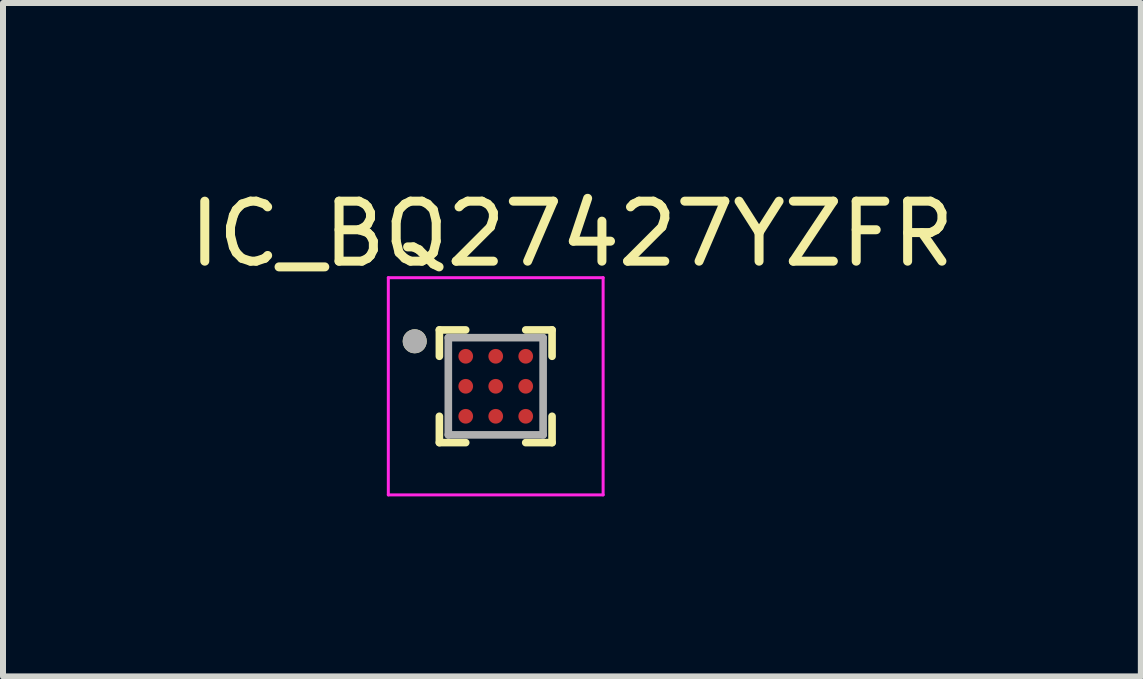
<source format=kicad_pcb>
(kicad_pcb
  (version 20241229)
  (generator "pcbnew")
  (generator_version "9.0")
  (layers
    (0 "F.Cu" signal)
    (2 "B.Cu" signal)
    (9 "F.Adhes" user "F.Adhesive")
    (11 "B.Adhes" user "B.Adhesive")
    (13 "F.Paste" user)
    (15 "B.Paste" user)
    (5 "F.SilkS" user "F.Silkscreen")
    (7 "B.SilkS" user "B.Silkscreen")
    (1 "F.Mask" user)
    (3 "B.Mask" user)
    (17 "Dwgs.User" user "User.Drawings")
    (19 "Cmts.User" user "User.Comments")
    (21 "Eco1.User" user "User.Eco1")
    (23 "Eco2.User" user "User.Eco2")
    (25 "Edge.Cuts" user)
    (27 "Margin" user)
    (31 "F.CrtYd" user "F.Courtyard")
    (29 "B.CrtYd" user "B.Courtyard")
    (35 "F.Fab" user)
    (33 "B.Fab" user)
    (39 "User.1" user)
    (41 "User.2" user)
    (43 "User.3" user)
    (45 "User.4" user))
  (footprint "IC_BQ27427YZFR"
    (layer "F.Cu")
    (at 5.212 3.388)
    (property "Reference" "IC_BQ27427YZFR" (at 1.27 -2.54 0) (layer "F.SilkS") (effects (font (size 1 1) (thickness 0.15))))
    (attr smd)
    (fp_circle (center -0.5 -0.5) (end -0.414 -0.5) (stroke (width 0.172) (type solid)) (fill no) (layer "F.Mask"))
    (fp_circle (center -0.5 0) (end -0.414 0) (stroke (width 0.172) (type solid)) (fill no) (layer "F.Mask"))
    (fp_circle (center -0.5 0.5) (end -0.414 0.5) (stroke (width 0.172) (type solid)) (fill no) (layer "F.Mask"))
    (fp_circle (center 0 -0.5) (end 0.086 -0.5) (stroke (width 0.172) (type solid)) (fill no) (layer "F.Mask"))
    (fp_circle (center 0 0) (end 0.086 0) (stroke (width 0.172) (type solid)) (fill no) (layer "F.Mask"))
    (fp_circle (center 0 0.5) (end 0.086 0.5) (stroke (width 0.172) (type solid)) (fill no) (layer "F.Mask"))
    (fp_circle (center 0.5 -0.5) (end 0.586 -0.5) (stroke (width 0.172) (type solid)) (fill no) (layer "F.Mask"))
    (fp_circle (center 0.5 0) (end 0.586 0) (stroke (width 0.172) (type solid)) (fill no) (layer "F.Mask"))
    (fp_circle (center 0.5 0.5) (end 0.586 0.5) (stroke (width 0.172) (type solid)) (fill no) (layer "F.Mask"))
    (fp_line (start -0.939 -0.939) (end -0.939 -0.5) (stroke (width 0.127) (type solid)) (layer "F.SilkS"))
    (fp_line (start -0.939 0.5) (end -0.939 0.939) (stroke (width 0.127) (type solid)) (layer "F.SilkS"))
    (fp_line (start -0.939 0.939) (end -0.5 0.939) (stroke (width 0.127) (type solid)) (layer "F.SilkS"))
    (fp_line (start -0.5 -0.939) (end -0.939 -0.939) (stroke (width 0.127) (type solid)) (layer "F.SilkS"))
    (fp_line (start 0.5 -0.939) (end 0.939 -0.939) (stroke (width 0.127) (type solid)) (layer "F.SilkS"))
    (fp_line (start 0.5 0.939) (end 0.939 0.939) (stroke (width 0.127) (type solid)) (layer "F.SilkS"))
    (fp_line (start 0.939 -0.939) (end 0.939 -0.5) (stroke (width 0.127) (type solid)) (layer "F.SilkS"))
    (fp_line (start 0.939 0.939) (end 0.939 0.5) (stroke (width 0.127) (type solid)) (layer "F.SilkS"))
    (fp_circle (center -1.35 -0.75) (end -1.25 -0.75) (stroke (width 0.2) (type solid)) (fill no) (layer "F.SilkS"))
    (fp_poly (pts (xy -0.375 -0.575) (xy -0.375 -0.425) (xy -0.375 -0.422) (xy -0.375 -0.42) (xy -0.376 -0.417) (xy -0.376 -0.415) (xy -0.377 -0.412) (xy -0.377 -0.41) (xy -0.378 -0.407) (xy -0.379 -0.405) (xy -0.38 -0.402) (xy -0.382 -0.4) (xy -0.383 -0.398) (xy -0.385 -0.396) (xy -0.386 -0.394) (xy -0.388 -0.392) (xy -0.39 -0.39) (xy -0.392 -0.388) (xy -0.394 -0.386) (xy -0.396 -0.385) (xy -0.398 -0.383) (xy -0.4 -0.382) (xy -0.402 -0.38) (xy -0.405 -0.379) (xy -0.407 -0.378) (xy -0.41 -0.377) (xy -0.412 -0.377) (xy -0.415 -0.376) (xy -0.417 -0.376) (xy -0.42 -0.375) (xy -0.422 -0.375) (xy -0.425 -0.375) (xy -0.575 -0.375) (xy -0.578 -0.375) (xy -0.58 -0.375) (xy -0.583 -0.376) (xy -0.585 -0.376) (xy -0.588 -0.377) (xy -0.59 -0.377) (xy -0.593 -0.378) (xy -0.595 -0.379) (xy -0.598 -0.38) (xy -0.6 -0.382) (xy -0.602 -0.383) (xy -0.604 -0.385) (xy -0.606 -0.386) (xy -0.608 -0.388) (xy -0.61 -0.39) (xy -0.612 -0.392) (xy -0.614 -0.394) (xy -0.615 -0.396) (xy -0.617 -0.398) (xy -0.618 -0.4) (xy -0.62 -0.402) (xy -0.621 -0.405) (xy -0.622 -0.407) (xy -0.623 -0.41) (xy -0.623 -0.412) (xy -0.624 -0.415) (xy -0.624 -0.417) (xy -0.625 -0.42) (xy -0.625 -0.422) (xy -0.625 -0.425) (xy -0.625 -0.575) (xy -0.625 -0.578) (xy -0.625 -0.58) (xy -0.624 -0.583) (xy -0.624 -0.585) (xy -0.623 -0.588) (xy -0.623 -0.59) (xy -0.622 -0.593) (xy -0.621 -0.595) (xy -0.62 -0.598) (xy -0.618 -0.6) (xy -0.617 -0.602) (xy -0.615 -0.604) (xy -0.614 -0.606) (xy -0.612 -0.608) (xy -0.61 -0.61) (xy -0.608 -0.612) (xy -0.606 -0.614) (xy -0.604 -0.615) (xy -0.602 -0.617) (xy -0.6 -0.618) (xy -0.598 -0.62) (xy -0.595 -0.621) (xy -0.593 -0.622) (xy -0.59 -0.623) (xy -0.588 -0.623) (xy -0.585 -0.624) (xy -0.583 -0.624) (xy -0.58 -0.625) (xy -0.578 -0.625) (xy -0.575 -0.625) (xy -0.425 -0.625) (xy -0.422 -0.625) (xy -0.42 -0.625) (xy -0.417 -0.624) (xy -0.415 -0.624) (xy -0.412 -0.623) (xy -0.41 -0.623) (xy -0.407 -0.622) (xy -0.405 -0.621) (xy -0.402 -0.62) (xy -0.4 -0.618) (xy -0.398 -0.617) (xy -0.396 -0.615) (xy -0.394 -0.614) (xy -0.392 -0.612) (xy -0.39 -0.61) (xy -0.388 -0.608) (xy -0.386 -0.606) (xy -0.385 -0.604) (xy -0.383 -0.602) (xy -0.382 -0.6) (xy -0.38 -0.598) (xy -0.379 -0.595) (xy -0.378 -0.593) (xy -0.377 -0.59) (xy -0.377 -0.588) (xy -0.376 -0.585) (xy -0.376 -0.583) (xy -0.375 -0.58) (xy -0.375 -0.578) (xy -0.375 -0.575)) (stroke (width 0.01) (type solid)) (fill yes) (layer "F.Paste"))
    (fp_poly (pts (xy -0.375 -0.075) (xy -0.375 0.075) (xy -0.375 0.078) (xy -0.375 0.08) (xy -0.376 0.083) (xy -0.376 0.085) (xy -0.377 0.088) (xy -0.377 0.09) (xy -0.378 0.093) (xy -0.379 0.095) (xy -0.38 0.098) (xy -0.382 0.1) (xy -0.383 0.102) (xy -0.385 0.104) (xy -0.386 0.106) (xy -0.388 0.108) (xy -0.39 0.11) (xy -0.392 0.112) (xy -0.394 0.114) (xy -0.396 0.115) (xy -0.398 0.117) (xy -0.4 0.118) (xy -0.402 0.12) (xy -0.405 0.121) (xy -0.407 0.122) (xy -0.41 0.123) (xy -0.412 0.123) (xy -0.415 0.124) (xy -0.417 0.124) (xy -0.42 0.125) (xy -0.422 0.125) (xy -0.425 0.125) (xy -0.575 0.125) (xy -0.578 0.125) (xy -0.58 0.125) (xy -0.583 0.124) (xy -0.585 0.124) (xy -0.588 0.123) (xy -0.59 0.123) (xy -0.593 0.122) (xy -0.595 0.121) (xy -0.598 0.12) (xy -0.6 0.118) (xy -0.602 0.117) (xy -0.604 0.115) (xy -0.606 0.114) (xy -0.608 0.112) (xy -0.61 0.11) (xy -0.612 0.108) (xy -0.614 0.106) (xy -0.615 0.104) (xy -0.617 0.102) (xy -0.618 0.1) (xy -0.62 0.098) (xy -0.621 0.095) (xy -0.622 0.093) (xy -0.623 0.09) (xy -0.623 0.088) (xy -0.624 0.085) (xy -0.624 0.083) (xy -0.625 0.08) (xy -0.625 0.078) (xy -0.625 0.075) (xy -0.625 -0.075) (xy -0.625 -0.078) (xy -0.625 -0.08) (xy -0.624 -0.083) (xy -0.624 -0.085) (xy -0.623 -0.088) (xy -0.623 -0.09) (xy -0.622 -0.093) (xy -0.621 -0.095) (xy -0.62 -0.098) (xy -0.618 -0.1) (xy -0.617 -0.102) (xy -0.615 -0.104) (xy -0.614 -0.106) (xy -0.612 -0.108) (xy -0.61 -0.11) (xy -0.608 -0.112) (xy -0.606 -0.114) (xy -0.604 -0.115) (xy -0.602 -0.117) (xy -0.6 -0.118) (xy -0.598 -0.12) (xy -0.595 -0.121) (xy -0.593 -0.122) (xy -0.59 -0.123) (xy -0.588 -0.123) (xy -0.585 -0.124) (xy -0.583 -0.124) (xy -0.58 -0.125) (xy -0.578 -0.125) (xy -0.575 -0.125) (xy -0.425 -0.125) (xy -0.422 -0.125) (xy -0.42 -0.125) (xy -0.417 -0.124) (xy -0.415 -0.124) (xy -0.412 -0.123) (xy -0.41 -0.123) (xy -0.407 -0.122) (xy -0.405 -0.121) (xy -0.402 -0.12) (xy -0.4 -0.118) (xy -0.398 -0.117) (xy -0.396 -0.115) (xy -0.394 -0.114) (xy -0.392 -0.112) (xy -0.39 -0.11) (xy -0.388 -0.108) (xy -0.386 -0.106) (xy -0.385 -0.104) (xy -0.383 -0.102) (xy -0.382 -0.1) (xy -0.38 -0.098) (xy -0.379 -0.095) (xy -0.378 -0.093) (xy -0.377 -0.09) (xy -0.377 -0.088) (xy -0.376 -0.085) (xy -0.376 -0.083) (xy -0.375 -0.08) (xy -0.375 -0.078) (xy -0.375 -0.075)) (stroke (width 0.01) (type solid)) (fill yes) (layer "F.Paste"))
    (fp_poly (pts (xy -0.375 0.425) (xy -0.375 0.575) (xy -0.375 0.578) (xy -0.375 0.58) (xy -0.376 0.583) (xy -0.376 0.585) (xy -0.377 0.588) (xy -0.377 0.59) (xy -0.378 0.593) (xy -0.379 0.595) (xy -0.38 0.598) (xy -0.382 0.6) (xy -0.383 0.602) (xy -0.385 0.604) (xy -0.386 0.606) (xy -0.388 0.608) (xy -0.39 0.61) (xy -0.392 0.612) (xy -0.394 0.614) (xy -0.396 0.615) (xy -0.398 0.617) (xy -0.4 0.618) (xy -0.402 0.62) (xy -0.405 0.621) (xy -0.407 0.622) (xy -0.41 0.623) (xy -0.412 0.623) (xy -0.415 0.624) (xy -0.417 0.624) (xy -0.42 0.625) (xy -0.422 0.625) (xy -0.425 0.625) (xy -0.575 0.625) (xy -0.578 0.625) (xy -0.58 0.625) (xy -0.583 0.624) (xy -0.585 0.624) (xy -0.588 0.623) (xy -0.59 0.623) (xy -0.593 0.622) (xy -0.595 0.621) (xy -0.598 0.62) (xy -0.6 0.618) (xy -0.602 0.617) (xy -0.604 0.615) (xy -0.606 0.614) (xy -0.608 0.612) (xy -0.61 0.61) (xy -0.612 0.608) (xy -0.614 0.606) (xy -0.615 0.604) (xy -0.617 0.602) (xy -0.618 0.6) (xy -0.62 0.598) (xy -0.621 0.595) (xy -0.622 0.593) (xy -0.623 0.59) (xy -0.623 0.588) (xy -0.624 0.585) (xy -0.624 0.583) (xy -0.625 0.58) (xy -0.625 0.578) (xy -0.625 0.575) (xy -0.625 0.425) (xy -0.625 0.422) (xy -0.625 0.42) (xy -0.624 0.417) (xy -0.624 0.415) (xy -0.623 0.412) (xy -0.623 0.41) (xy -0.622 0.407) (xy -0.621 0.405) (xy -0.62 0.402) (xy -0.618 0.4) (xy -0.617 0.398) (xy -0.615 0.396) (xy -0.614 0.394) (xy -0.612 0.392) (xy -0.61 0.39) (xy -0.608 0.388) (xy -0.606 0.386) (xy -0.604 0.385) (xy -0.602 0.383) (xy -0.6 0.382) (xy -0.598 0.38) (xy -0.595 0.379) (xy -0.593 0.378) (xy -0.59 0.377) (xy -0.588 0.377) (xy -0.585 0.376) (xy -0.583 0.376) (xy -0.58 0.375) (xy -0.578 0.375) (xy -0.575 0.375) (xy -0.425 0.375) (xy -0.422 0.375) (xy -0.42 0.375) (xy -0.417 0.376) (xy -0.415 0.376) (xy -0.412 0.377) (xy -0.41 0.377) (xy -0.407 0.378) (xy -0.405 0.379) (xy -0.402 0.38) (xy -0.4 0.382) (xy -0.398 0.383) (xy -0.396 0.385) (xy -0.394 0.386) (xy -0.392 0.388) (xy -0.39 0.39) (xy -0.388 0.392) (xy -0.386 0.394) (xy -0.385 0.396) (xy -0.383 0.398) (xy -0.382 0.4) (xy -0.38 0.402) (xy -0.379 0.405) (xy -0.378 0.407) (xy -0.377 0.41) (xy -0.377 0.412) (xy -0.376 0.415) (xy -0.376 0.417) (xy -0.375 0.42) (xy -0.375 0.422) (xy -0.375 0.425)) (stroke (width 0.01) (type solid)) (fill yes) (layer "F.Paste"))
    (fp_poly (pts (xy -0.125 0.075) (xy -0.125 -0.075) (xy -0.125 -0.078) (xy -0.125 -0.08) (xy -0.124 -0.083) (xy -0.124 -0.085) (xy -0.123 -0.088) (xy -0.123 -0.09) (xy -0.122 -0.093) (xy -0.121 -0.095) (xy -0.12 -0.098) (xy -0.118 -0.1) (xy -0.117 -0.102) (xy -0.115 -0.104) (xy -0.114 -0.106) (xy -0.112 -0.108) (xy -0.11 -0.11) (xy -0.108 -0.112) (xy -0.106 -0.114) (xy -0.104 -0.115) (xy -0.102 -0.117) (xy -0.1 -0.118) (xy -0.098 -0.12) (xy -0.095 -0.121) (xy -0.093 -0.122) (xy -0.09 -0.123) (xy -0.088 -0.123) (xy -0.085 -0.124) (xy -0.083 -0.124) (xy -0.08 -0.125) (xy -0.078 -0.125) (xy -0.075 -0.125) (xy 0.075 -0.125) (xy 0.078 -0.125) (xy 0.08 -0.125) (xy 0.083 -0.124) (xy 0.085 -0.124) (xy 0.088 -0.123) (xy 0.09 -0.123) (xy 0.093 -0.122) (xy 0.095 -0.121) (xy 0.098 -0.12) (xy 0.1 -0.118) (xy 0.102 -0.117) (xy 0.104 -0.115) (xy 0.106 -0.114) (xy 0.108 -0.112) (xy 0.11 -0.11) (xy 0.112 -0.108) (xy 0.114 -0.106) (xy 0.115 -0.104) (xy 0.117 -0.102) (xy 0.118 -0.1) (xy 0.12 -0.098) (xy 0.121 -0.095) (xy 0.122 -0.093) (xy 0.123 -0.09) (xy 0.123 -0.088) (xy 0.124 -0.085) (xy 0.124 -0.083) (xy 0.125 -0.08) (xy 0.125 -0.078) (xy 0.125 -0.075) (xy 0.125 0.075) (xy 0.125 0.078) (xy 0.125 0.08) (xy 0.124 0.083) (xy 0.124 0.085) (xy 0.123 0.088) (xy 0.123 0.09) (xy 0.122 0.093) (xy 0.121 0.095) (xy 0.12 0.098) (xy 0.118 0.1) (xy 0.117 0.102) (xy 0.115 0.104) (xy 0.114 0.106) (xy 0.112 0.108) (xy 0.11 0.11) (xy 0.108 0.112) (xy 0.106 0.114) (xy 0.104 0.115) (xy 0.102 0.117) (xy 0.1 0.118) (xy 0.098 0.12) (xy 0.095 0.121) (xy 0.093 0.122) (xy 0.09 0.123) (xy 0.088 0.123) (xy 0.085 0.124) (xy 0.083 0.124) (xy 0.08 0.125) (xy 0.078 0.125) (xy 0.075 0.125) (xy -0.075 0.125) (xy -0.078 0.125) (xy -0.08 0.125) (xy -0.083 0.124) (xy -0.085 0.124) (xy -0.088 0.123) (xy -0.09 0.123) (xy -0.093 0.122) (xy -0.095 0.121) (xy -0.098 0.12) (xy -0.1 0.118) (xy -0.102 0.117) (xy -0.104 0.115) (xy -0.106 0.114) (xy -0.108 0.112) (xy -0.11 0.11) (xy -0.112 0.108) (xy -0.114 0.106) (xy -0.115 0.104) (xy -0.117 0.102) (xy -0.118 0.1) (xy -0.12 0.098) (xy -0.121 0.095) (xy -0.122 0.093) (xy -0.123 0.09) (xy -0.123 0.088) (xy -0.124 0.085) (xy -0.124 0.083) (xy -0.125 0.08) (xy -0.125 0.078) (xy -0.125 0.075)) (stroke (width 0.01) (type solid)) (fill yes) (layer "F.Paste"))
    (fp_poly (pts (xy 0.125 -0.575) (xy 0.125 -0.425) (xy 0.125 -0.422) (xy 0.125 -0.42) (xy 0.124 -0.417) (xy 0.124 -0.415) (xy 0.123 -0.412) (xy 0.123 -0.41) (xy 0.122 -0.407) (xy 0.121 -0.405) (xy 0.12 -0.402) (xy 0.118 -0.4) (xy 0.117 -0.398) (xy 0.115 -0.396) (xy 0.114 -0.394) (xy 0.112 -0.392) (xy 0.11 -0.39) (xy 0.108 -0.388) (xy 0.106 -0.386) (xy 0.104 -0.385) (xy 0.102 -0.383) (xy 0.1 -0.382) (xy 0.098 -0.38) (xy 0.095 -0.379) (xy 0.093 -0.378) (xy 0.09 -0.377) (xy 0.088 -0.377) (xy 0.085 -0.376) (xy 0.083 -0.376) (xy 0.08 -0.375) (xy 0.078 -0.375) (xy 0.075 -0.375) (xy -0.075 -0.375) (xy -0.078 -0.375) (xy -0.08 -0.375) (xy -0.083 -0.376) (xy -0.085 -0.376) (xy -0.088 -0.377) (xy -0.09 -0.377) (xy -0.093 -0.378) (xy -0.095 -0.379) (xy -0.098 -0.38) (xy -0.1 -0.382) (xy -0.102 -0.383) (xy -0.104 -0.385) (xy -0.106 -0.386) (xy -0.108 -0.388) (xy -0.11 -0.39) (xy -0.112 -0.392) (xy -0.114 -0.394) (xy -0.115 -0.396) (xy -0.117 -0.398) (xy -0.118 -0.4) (xy -0.12 -0.402) (xy -0.121 -0.405) (xy -0.122 -0.407) (xy -0.123 -0.41) (xy -0.123 -0.412) (xy -0.124 -0.415) (xy -0.124 -0.417) (xy -0.125 -0.42) (xy -0.125 -0.422) (xy -0.125 -0.425) (xy -0.125 -0.575) (xy -0.125 -0.578) (xy -0.125 -0.58) (xy -0.124 -0.583) (xy -0.124 -0.585) (xy -0.123 -0.588) (xy -0.123 -0.59) (xy -0.122 -0.593) (xy -0.121 -0.595) (xy -0.12 -0.598) (xy -0.118 -0.6) (xy -0.117 -0.602) (xy -0.115 -0.604) (xy -0.114 -0.606) (xy -0.112 -0.608) (xy -0.11 -0.61) (xy -0.108 -0.612) (xy -0.106 -0.614) (xy -0.104 -0.615) (xy -0.102 -0.617) (xy -0.1 -0.618) (xy -0.098 -0.62) (xy -0.095 -0.621) (xy -0.093 -0.622) (xy -0.09 -0.623) (xy -0.088 -0.623) (xy -0.085 -0.624) (xy -0.083 -0.624) (xy -0.08 -0.625) (xy -0.078 -0.625) (xy -0.075 -0.625) (xy 0.075 -0.625) (xy 0.078 -0.625) (xy 0.08 -0.625) (xy 0.083 -0.624) (xy 0.085 -0.624) (xy 0.088 -0.623) (xy 0.09 -0.623) (xy 0.093 -0.622) (xy 0.095 -0.621) (xy 0.098 -0.62) (xy 0.1 -0.618) (xy 0.102 -0.617) (xy 0.104 -0.615) (xy 0.106 -0.614) (xy 0.108 -0.612) (xy 0.11 -0.61) (xy 0.112 -0.608) (xy 0.114 -0.606) (xy 0.115 -0.604) (xy 0.117 -0.602) (xy 0.118 -0.6) (xy 0.12 -0.598) (xy 0.121 -0.595) (xy 0.122 -0.593) (xy 0.123 -0.59) (xy 0.123 -0.588) (xy 0.124 -0.585) (xy 0.124 -0.583) (xy 0.125 -0.58) (xy 0.125 -0.578) (xy 0.125 -0.575)) (stroke (width 0.01) (type solid)) (fill yes) (layer "F.Paste"))
    (fp_poly (pts (xy 0.125 0.425) (xy 0.125 0.575) (xy 0.125 0.578) (xy 0.125 0.58) (xy 0.124 0.583) (xy 0.124 0.585) (xy 0.123 0.588) (xy 0.123 0.59) (xy 0.122 0.593) (xy 0.121 0.595) (xy 0.12 0.598) (xy 0.118 0.6) (xy 0.117 0.602) (xy 0.115 0.604) (xy 0.114 0.606) (xy 0.112 0.608) (xy 0.11 0.61) (xy 0.108 0.612) (xy 0.106 0.614) (xy 0.104 0.615) (xy 0.102 0.617) (xy 0.1 0.618) (xy 0.098 0.62) (xy 0.095 0.621) (xy 0.093 0.622) (xy 0.09 0.623) (xy 0.088 0.623) (xy 0.085 0.624) (xy 0.083 0.624) (xy 0.08 0.625) (xy 0.078 0.625) (xy 0.075 0.625) (xy -0.075 0.625) (xy -0.078 0.625) (xy -0.08 0.625) (xy -0.083 0.624) (xy -0.085 0.624) (xy -0.088 0.623) (xy -0.09 0.623) (xy -0.093 0.622) (xy -0.095 0.621) (xy -0.098 0.62) (xy -0.1 0.618) (xy -0.102 0.617) (xy -0.104 0.615) (xy -0.106 0.614) (xy -0.108 0.612) (xy -0.11 0.61) (xy -0.112 0.608) (xy -0.114 0.606) (xy -0.115 0.604) (xy -0.117 0.602) (xy -0.118 0.6) (xy -0.12 0.598) (xy -0.121 0.595) (xy -0.122 0.593) (xy -0.123 0.59) (xy -0.123 0.588) (xy -0.124 0.585) (xy -0.124 0.583) (xy -0.125 0.58) (xy -0.125 0.578) (xy -0.125 0.575) (xy -0.125 0.425) (xy -0.125 0.422) (xy -0.125 0.42) (xy -0.124 0.417) (xy -0.124 0.415) (xy -0.123 0.412) (xy -0.123 0.41) (xy -0.122 0.407) (xy -0.121 0.405) (xy -0.12 0.402) (xy -0.118 0.4) (xy -0.117 0.398) (xy -0.115 0.396) (xy -0.114 0.394) (xy -0.112 0.392) (xy -0.11 0.39) (xy -0.108 0.388) (xy -0.106 0.386) (xy -0.104 0.385) (xy -0.102 0.383) (xy -0.1 0.382) (xy -0.098 0.38) (xy -0.095 0.379) (xy -0.093 0.378) (xy -0.09 0.377) (xy -0.088 0.377) (xy -0.085 0.376) (xy -0.083 0.376) (xy -0.08 0.375) (xy -0.078 0.375) (xy -0.075 0.375) (xy 0.075 0.375) (xy 0.078 0.375) (xy 0.08 0.375) (xy 0.083 0.376) (xy 0.085 0.376) (xy 0.088 0.377) (xy 0.09 0.377) (xy 0.093 0.378) (xy 0.095 0.379) (xy 0.098 0.38) (xy 0.1 0.382) (xy 0.102 0.383) (xy 0.104 0.385) (xy 0.106 0.386) (xy 0.108 0.388) (xy 0.11 0.39) (xy 0.112 0.392) (xy 0.114 0.394) (xy 0.115 0.396) (xy 0.117 0.398) (xy 0.118 0.4) (xy 0.12 0.402) (xy 0.121 0.405) (xy 0.122 0.407) (xy 0.123 0.41) (xy 0.123 0.412) (xy 0.124 0.415) (xy 0.124 0.417) (xy 0.125 0.42) (xy 0.125 0.422) (xy 0.125 0.425)) (stroke (width 0.01) (type solid)) (fill yes) (layer "F.Paste"))
    (fp_poly (pts (xy 0.625 -0.575) (xy 0.625 -0.425) (xy 0.625 -0.422) (xy 0.625 -0.42) (xy 0.624 -0.417) (xy 0.624 -0.415) (xy 0.623 -0.412) (xy 0.623 -0.41) (xy 0.622 -0.407) (xy 0.621 -0.405) (xy 0.62 -0.402) (xy 0.618 -0.4) (xy 0.617 -0.398) (xy 0.615 -0.396) (xy 0.614 -0.394) (xy 0.612 -0.392) (xy 0.61 -0.39) (xy 0.608 -0.388) (xy 0.606 -0.386) (xy 0.604 -0.385) (xy 0.602 -0.383) (xy 0.6 -0.382) (xy 0.598 -0.38) (xy 0.595 -0.379) (xy 0.593 -0.378) (xy 0.59 -0.377) (xy 0.588 -0.377) (xy 0.585 -0.376) (xy 0.583 -0.376) (xy 0.58 -0.375) (xy 0.578 -0.375) (xy 0.575 -0.375) (xy 0.425 -0.375) (xy 0.422 -0.375) (xy 0.42 -0.375) (xy 0.417 -0.376) (xy 0.415 -0.376) (xy 0.412 -0.377) (xy 0.41 -0.377) (xy 0.407 -0.378) (xy 0.405 -0.379) (xy 0.402 -0.38) (xy 0.4 -0.382) (xy 0.398 -0.383) (xy 0.396 -0.385) (xy 0.394 -0.386) (xy 0.392 -0.388) (xy 0.39 -0.39) (xy 0.388 -0.392) (xy 0.386 -0.394) (xy 0.385 -0.396) (xy 0.383 -0.398) (xy 0.382 -0.4) (xy 0.38 -0.402) (xy 0.379 -0.405) (xy 0.378 -0.407) (xy 0.377 -0.41) (xy 0.377 -0.412) (xy 0.376 -0.415) (xy 0.376 -0.417) (xy 0.375 -0.42) (xy 0.375 -0.422) (xy 0.375 -0.425) (xy 0.375 -0.575) (xy 0.375 -0.578) (xy 0.375 -0.58) (xy 0.376 -0.583) (xy 0.376 -0.585) (xy 0.377 -0.588) (xy 0.377 -0.59) (xy 0.378 -0.593) (xy 0.379 -0.595) (xy 0.38 -0.598) (xy 0.382 -0.6) (xy 0.383 -0.602) (xy 0.385 -0.604) (xy 0.386 -0.606) (xy 0.388 -0.608) (xy 0.39 -0.61) (xy 0.392 -0.612) (xy 0.394 -0.614) (xy 0.396 -0.615) (xy 0.398 -0.617) (xy 0.4 -0.618) (xy 0.402 -0.62) (xy 0.405 -0.621) (xy 0.407 -0.622) (xy 0.41 -0.623) (xy 0.412 -0.623) (xy 0.415 -0.624) (xy 0.417 -0.624) (xy 0.42 -0.625) (xy 0.422 -0.625) (xy 0.425 -0.625) (xy 0.575 -0.625) (xy 0.578 -0.625) (xy 0.58 -0.625) (xy 0.583 -0.624) (xy 0.585 -0.624) (xy 0.588 -0.623) (xy 0.59 -0.623) (xy 0.593 -0.622) (xy 0.595 -0.621) (xy 0.598 -0.62) (xy 0.6 -0.618) (xy 0.602 -0.617) (xy 0.604 -0.615) (xy 0.606 -0.614) (xy 0.608 -0.612) (xy 0.61 -0.61) (xy 0.612 -0.608) (xy 0.614 -0.606) (xy 0.615 -0.604) (xy 0.617 -0.602) (xy 0.618 -0.6) (xy 0.62 -0.598) (xy 0.621 -0.595) (xy 0.622 -0.593) (xy 0.623 -0.59) (xy 0.623 -0.588) (xy 0.624 -0.585) (xy 0.624 -0.583) (xy 0.625 -0.58) (xy 0.625 -0.578) (xy 0.625 -0.575)) (stroke (width 0.01) (type solid)) (fill yes) (layer "F.Paste"))
    (fp_poly (pts (xy 0.625 -0.075) (xy 0.625 0.075) (xy 0.625 0.078) (xy 0.625 0.08) (xy 0.624 0.083) (xy 0.624 0.085) (xy 0.623 0.088) (xy 0.623 0.09) (xy 0.622 0.093) (xy 0.621 0.095) (xy 0.62 0.098) (xy 0.618 0.1) (xy 0.617 0.102) (xy 0.615 0.104) (xy 0.614 0.106) (xy 0.612 0.108) (xy 0.61 0.11) (xy 0.608 0.112) (xy 0.606 0.114) (xy 0.604 0.115) (xy 0.602 0.117) (xy 0.6 0.118) (xy 0.598 0.12) (xy 0.595 0.121) (xy 0.593 0.122) (xy 0.59 0.123) (xy 0.588 0.123) (xy 0.585 0.124) (xy 0.583 0.124) (xy 0.58 0.125) (xy 0.578 0.125) (xy 0.575 0.125) (xy 0.425 0.125) (xy 0.422 0.125) (xy 0.42 0.125) (xy 0.417 0.124) (xy 0.415 0.124) (xy 0.412 0.123) (xy 0.41 0.123) (xy 0.407 0.122) (xy 0.405 0.121) (xy 0.402 0.12) (xy 0.4 0.118) (xy 0.398 0.117) (xy 0.396 0.115) (xy 0.394 0.114) (xy 0.392 0.112) (xy 0.39 0.11) (xy 0.388 0.108) (xy 0.386 0.106) (xy 0.385 0.104) (xy 0.383 0.102) (xy 0.382 0.1) (xy 0.38 0.098) (xy 0.379 0.095) (xy 0.378 0.093) (xy 0.377 0.09) (xy 0.377 0.088) (xy 0.376 0.085) (xy 0.376 0.083) (xy 0.375 0.08) (xy 0.375 0.078) (xy 0.375 0.075) (xy 0.375 -0.075) (xy 0.375 -0.078) (xy 0.375 -0.08) (xy 0.376 -0.083) (xy 0.376 -0.085) (xy 0.377 -0.088) (xy 0.377 -0.09) (xy 0.378 -0.093) (xy 0.379 -0.095) (xy 0.38 -0.098) (xy 0.382 -0.1) (xy 0.383 -0.102) (xy 0.385 -0.104) (xy 0.386 -0.106) (xy 0.388 -0.108) (xy 0.39 -0.11) (xy 0.392 -0.112) (xy 0.394 -0.114) (xy 0.396 -0.115) (xy 0.398 -0.117) (xy 0.4 -0.118) (xy 0.402 -0.12) (xy 0.405 -0.121) (xy 0.407 -0.122) (xy 0.41 -0.123) (xy 0.412 -0.123) (xy 0.415 -0.124) (xy 0.417 -0.124) (xy 0.42 -0.125) (xy 0.422 -0.125) (xy 0.425 -0.125) (xy 0.575 -0.125) (xy 0.578 -0.125) (xy 0.58 -0.125) (xy 0.583 -0.124) (xy 0.585 -0.124) (xy 0.588 -0.123) (xy 0.59 -0.123) (xy 0.593 -0.122) (xy 0.595 -0.121) (xy 0.598 -0.12) (xy 0.6 -0.118) (xy 0.602 -0.117) (xy 0.604 -0.115) (xy 0.606 -0.114) (xy 0.608 -0.112) (xy 0.61 -0.11) (xy 0.612 -0.108) (xy 0.614 -0.106) (xy 0.615 -0.104) (xy 0.617 -0.102) (xy 0.618 -0.1) (xy 0.62 -0.098) (xy 0.621 -0.095) (xy 0.622 -0.093) (xy 0.623 -0.09) (xy 0.623 -0.088) (xy 0.624 -0.085) (xy 0.624 -0.083) (xy 0.625 -0.08) (xy 0.625 -0.078) (xy 0.625 -0.075)) (stroke (width 0.01) (type solid)) (fill yes) (layer "F.Paste"))
    (fp_poly (pts (xy 0.625 0.425) (xy 0.625 0.575) (xy 0.625 0.578) (xy 0.625 0.58) (xy 0.624 0.583) (xy 0.624 0.585) (xy 0.623 0.588) (xy 0.623 0.59) (xy 0.622 0.593) (xy 0.621 0.595) (xy 0.62 0.598) (xy 0.618 0.6) (xy 0.617 0.602) (xy 0.615 0.604) (xy 0.614 0.606) (xy 0.612 0.608) (xy 0.61 0.61) (xy 0.608 0.612) (xy 0.606 0.614) (xy 0.604 0.615) (xy 0.602 0.617) (xy 0.6 0.618) (xy 0.598 0.62) (xy 0.595 0.621) (xy 0.593 0.622) (xy 0.59 0.623) (xy 0.588 0.623) (xy 0.585 0.624) (xy 0.583 0.624) (xy 0.58 0.625) (xy 0.578 0.625) (xy 0.575 0.625) (xy 0.425 0.625) (xy 0.422 0.625) (xy 0.42 0.625) (xy 0.417 0.624) (xy 0.415 0.624) (xy 0.412 0.623) (xy 0.41 0.623) (xy 0.407 0.622) (xy 0.405 0.621) (xy 0.402 0.62) (xy 0.4 0.618) (xy 0.398 0.617) (xy 0.396 0.615) (xy 0.394 0.614) (xy 0.392 0.612) (xy 0.39 0.61) (xy 0.388 0.608) (xy 0.386 0.606) (xy 0.385 0.604) (xy 0.383 0.602) (xy 0.382 0.6) (xy 0.38 0.598) (xy 0.379 0.595) (xy 0.378 0.593) (xy 0.377 0.59) (xy 0.377 0.588) (xy 0.376 0.585) (xy 0.376 0.583) (xy 0.375 0.58) (xy 0.375 0.578) (xy 0.375 0.575) (xy 0.375 0.425) (xy 0.375 0.422) (xy 0.375 0.42) (xy 0.376 0.417) (xy 0.376 0.415) (xy 0.377 0.412) (xy 0.377 0.41) (xy 0.378 0.407) (xy 0.379 0.405) (xy 0.38 0.402) (xy 0.382 0.4) (xy 0.383 0.398) (xy 0.385 0.396) (xy 0.386 0.394) (xy 0.388 0.392) (xy 0.39 0.39) (xy 0.392 0.388) (xy 0.394 0.386) (xy 0.396 0.385) (xy 0.398 0.383) (xy 0.4 0.382) (xy 0.402 0.38) (xy 0.405 0.379) (xy 0.407 0.378) (xy 0.41 0.377) (xy 0.412 0.377) (xy 0.415 0.376) (xy 0.417 0.376) (xy 0.42 0.375) (xy 0.422 0.375) (xy 0.425 0.375) (xy 0.575 0.375) (xy 0.578 0.375) (xy 0.58 0.375) (xy 0.583 0.376) (xy 0.585 0.376) (xy 0.588 0.377) (xy 0.59 0.377) (xy 0.593 0.378) (xy 0.595 0.379) (xy 0.598 0.38) (xy 0.6 0.382) (xy 0.602 0.383) (xy 0.604 0.385) (xy 0.606 0.386) (xy 0.608 0.388) (xy 0.61 0.39) (xy 0.612 0.392) (xy 0.614 0.394) (xy 0.615 0.396) (xy 0.617 0.398) (xy 0.618 0.4) (xy 0.62 0.402) (xy 0.621 0.405) (xy 0.622 0.407) (xy 0.623 0.41) (xy 0.623 0.412) (xy 0.624 0.415) (xy 0.624 0.417) (xy 0.625 0.42) (xy 0.625 0.422) (xy 0.625 0.425)) (stroke (width 0.01) (type solid)) (fill yes) (layer "F.Paste"))
    (fp_line (start -1.79 -1.81) (end 1.79 -1.81) (stroke (width 0.05) (type solid)) (layer "F.CrtYd"))
    (fp_line (start -1.79 1.81) (end -1.79 -1.81) (stroke (width 0.05) (type solid)) (layer "F.CrtYd"))
    (fp_line (start 1.79 -1.81) (end 1.79 1.81) (stroke (width 0.05) (type solid)) (layer "F.CrtYd"))
    (fp_line (start 1.79 1.81) (end -1.79 1.81) (stroke (width 0.05) (type solid)) (layer "F.CrtYd"))
    (fp_line (start -0.79 -0.81) (end 0.79 -0.81) (stroke (width 0.127) (type solid)) (layer "F.Fab"))
    (fp_line (start -0.79 0.81) (end -0.79 -0.81) (stroke (width 0.127) (type solid)) (layer "F.Fab"))
    (fp_line (start 0.79 -0.81) (end 0.79 0.81) (stroke (width 0.127) (type solid)) (layer "F.Fab"))
    (fp_line (start 0.79 0.81) (end -0.79 0.81) (stroke (width 0.127) (type solid)) (layer "F.Fab"))
    (fp_circle (center -1.35 -0.75) (end -1.25 -0.75) (stroke (width 0.2) (type solid)) (fill no) (layer "F.Fab"))
    (pad "A1" smd circle (at -0.5 -0.5) (size 0.245 0.245) (layers "F.Cu"))
    (pad "A2" smd circle (at 0 -0.5) (size 0.245 0.245) (layers "F.Cu"))
    (pad "A3" smd circle (at 0.5 -0.5) (size 0.245 0.245) (layers "F.Cu"))
    (pad "B1" smd circle (at -0.5 0) (size 0.245 0.245) (layers "F.Cu"))
    (pad "B2" smd circle (at 0 0) (size 0.245 0.245) (layers "F.Cu"))
    (pad "B3" smd circle (at 0.5 0) (size 0.245 0.245) (layers "F.Cu"))
    (pad "C1" smd circle (at -0.5 0.5) (size 0.245 0.245) (layers "F.Cu"))
    (pad "C2" smd circle (at 0 0.5) (size 0.245 0.245) (layers "F.Cu"))
    (pad "C3" smd circle (at 0.5 0.5) (size 0.245 0.245) (layers "F.Cu")))
  (gr_rect
    (start -3 -3)
    (end 15.964 8.223)
    (stroke (width 0.1) (type default))
    (fill no)
    (layer "Edge.Cuts")))
</source>
